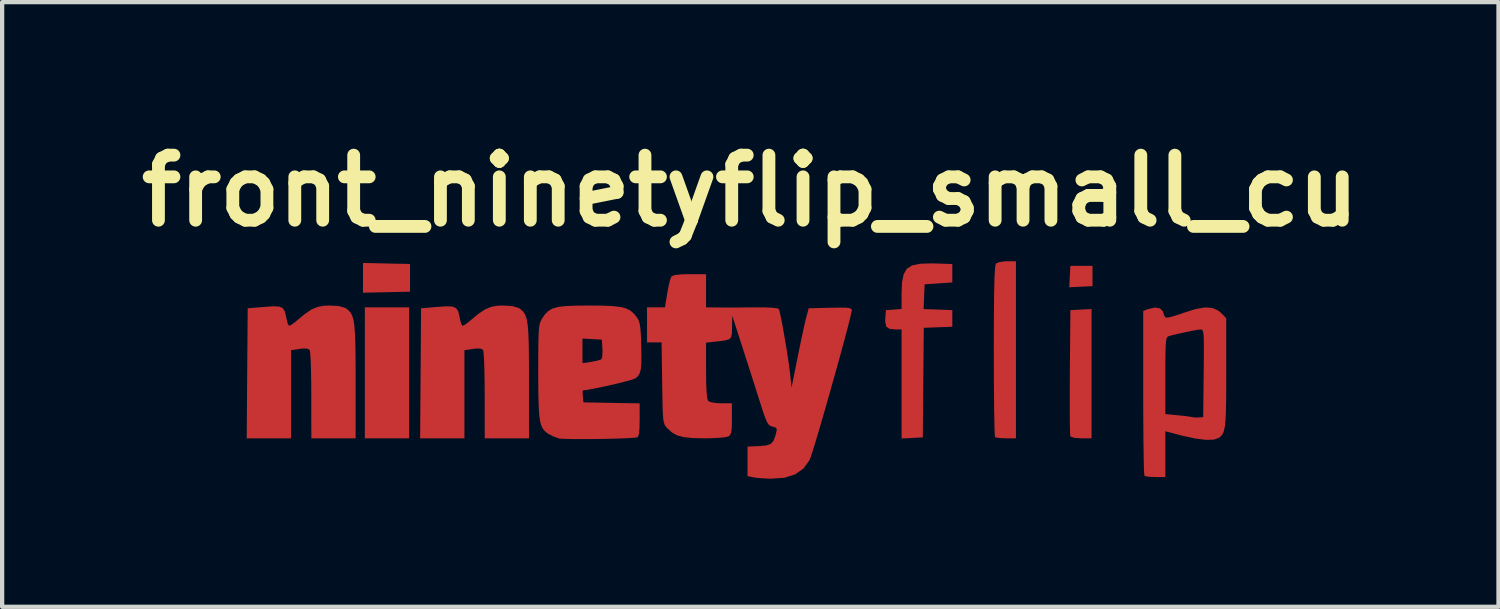
<source format=kicad_pcb>
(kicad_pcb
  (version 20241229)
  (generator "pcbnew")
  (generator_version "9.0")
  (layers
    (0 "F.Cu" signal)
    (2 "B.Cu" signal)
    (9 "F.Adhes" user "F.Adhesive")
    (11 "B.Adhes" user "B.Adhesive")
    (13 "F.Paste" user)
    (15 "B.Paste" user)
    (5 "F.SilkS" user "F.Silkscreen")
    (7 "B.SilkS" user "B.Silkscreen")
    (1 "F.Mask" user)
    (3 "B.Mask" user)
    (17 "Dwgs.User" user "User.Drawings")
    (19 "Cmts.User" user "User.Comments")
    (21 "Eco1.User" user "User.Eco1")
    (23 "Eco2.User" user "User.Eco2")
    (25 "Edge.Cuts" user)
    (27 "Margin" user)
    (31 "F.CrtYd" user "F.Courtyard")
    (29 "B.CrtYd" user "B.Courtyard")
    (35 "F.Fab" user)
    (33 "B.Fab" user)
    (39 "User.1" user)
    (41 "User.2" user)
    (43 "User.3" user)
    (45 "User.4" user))
  (footprint "front_ninetyflip_small_cu"
    (layer "F.Cu")
    (at 14.522 5.228)
    (property "Reference" "front_ninetyflip_small_cu" (at 0 -3.81 0) (layer "F.SilkS") (effects (font (size 1.524 1.524) (thickness 0.3))))
    (attr through_hole)
    (fp_poly (pts (xy -7.991 1.987) (xy -9.028 1.987) (xy -9.028 -1.08) (xy -7.991 -1.08)) (stroke (width 0) (type solid)) (fill yes) (layer "F.Cu"))
    (fp_poly (pts (xy -7.97 -2.095) (xy -7.97 -1.447) (xy -9.071 -1.423) (xy -9.071 -2.119)) (stroke (width 0) (type solid)) (fill yes) (layer "F.Cu"))
    (fp_poly (pts (xy 8.013 -1.577) (xy 7.469 -1.551) (xy 7.495 -2.052) (xy 8.013 -2.052)) (stroke (width 0) (type solid)) (fill yes) (layer "F.Cu"))
    (fp_poly (pts (xy 7.991 1.987) (xy 7.753 1.987) (xy 7.594 1.977) (xy 7.506 1.949) (xy 7.493 1.933) (xy 7.488 1.878) (xy 7.485 1.747) (xy 7.482 1.551) (xy 7.481 1.3) (xy 7.481 1.005) (xy 7.482 0.675) (xy 7.483 0.432) (xy 7.495 -1.015) (xy 7.743 -1.028) (xy 7.991 -1.041)) (stroke (width 0) (type solid)) (fill yes) (layer "F.Cu"))
    (fp_poly (pts (xy 6.22 1.987) (xy 5.99 1.987) (xy 5.856 1.982) (xy 5.759 1.969) (xy 5.731 1.958) (xy 5.725 1.91) (xy 5.719 1.785) (xy 5.715 1.59) (xy 5.71 1.336) (xy 5.707 1.029) (xy 5.704 0.679) (xy 5.703 0.296) (xy 5.702 -0.063) (xy 5.703 -0.564) (xy 5.705 -0.984) (xy 5.708 -1.328) (xy 5.713 -1.602) (xy 5.719 -1.811) (xy 5.728 -1.961) (xy 5.738 -2.056) (xy 5.75 -2.103) (xy 5.754 -2.108) (xy 5.826 -2.139) (xy 5.948 -2.157) (xy 6.013 -2.16) (xy 6.22 -2.16)) (stroke (width 0) (type solid)) (fill yes) (layer "F.Cu"))
    (fp_poly (pts (xy 4.322 -2.108) (xy 4.73 -2.095) (xy 4.73 -1.663) (xy 4.406 -1.641) (xy 4.082 -1.62) (xy 4.069 -1.33) (xy 4.057 -1.04) (xy 4.393 -1.028) (xy 4.73 -1.015) (xy 4.73 -0.626) (xy 4.396 -0.614) (xy 4.062 -0.601) (xy 4.05 0.682) (xy 4.039 1.965) (xy 3.791 1.978) (xy 3.542 1.991) (xy 3.542 -0.562) (xy 3.402 -0.562) (xy 3.259 -0.577) (xy 3.183 -0.63) (xy 3.159 -0.74) (xy 3.161 -0.825) (xy 3.175 -1.015) (xy 3.359 -1.028) (xy 3.542 -1.042) (xy 3.542 -1.409) (xy 3.552 -1.666) (xy 3.59 -1.855) (xy 3.665 -1.984) (xy 3.789 -2.063) (xy 3.973 -2.101) (xy 4.228 -2.11)) (stroke (width 0) (type solid)) (fill yes) (layer "F.Cu"))
    (fp_poly (pts (xy -9.636 -1.11) (xy -9.493 -1.069) (xy -9.465 -1.053) (xy -9.407 -1.007) (xy -9.36 -0.954) (xy -9.323 -0.884) (xy -9.294 -0.788) (xy -9.274 -0.657) (xy -9.26 -0.482) (xy -9.251 -0.254) (xy -9.246 0.038) (xy -9.244 0.401) (xy -9.244 0.647) (xy -9.244 1.987) (xy -10.281 1.987) (xy -10.282 0.983) (xy -10.283 0.694) (xy -10.288 0.433) (xy -10.294 0.213) (xy -10.303 0.045) (xy -10.313 -0.056) (xy -10.319 -0.079) (xy -10.373 -0.114) (xy -10.481 -0.116) (xy -10.556 -0.107) (xy -10.756 -0.077) (xy -10.756 1.987) (xy -11.794 1.987) (xy -11.783 0.464) (xy -11.771 -1.058) (xy -11.382 -1.091) (xy -11.176 -1.105) (xy -11.039 -1.099) (xy -10.954 -1.064) (xy -10.905 -0.993) (xy -10.874 -0.875) (xy -10.863 -0.817) (xy -10.837 -0.71) (xy -10.806 -0.652) (xy -10.797 -0.648) (xy -10.744 -0.674) (xy -10.655 -0.74) (xy -10.617 -0.772) (xy -10.428 -0.929) (xy -10.273 -1.033) (xy -10.13 -1.092) (xy -9.978 -1.119) (xy -9.853 -1.123)) (stroke (width 0) (type solid)) (fill yes) (layer "F.Cu"))
    (fp_poly (pts (xy -5.575 -1.11) (xy -5.433 -1.069) (xy -5.405 -1.053) (xy -5.346 -1.007) (xy -5.299 -0.954) (xy -5.262 -0.884) (xy -5.234 -0.788) (xy -5.213 -0.657) (xy -5.199 -0.482) (xy -5.19 -0.254) (xy -5.186 0.038) (xy -5.184 0.401) (xy -5.184 0.647) (xy -5.184 1.987) (xy -6.22 1.987) (xy -6.221 0.983) (xy -6.223 0.694) (xy -6.227 0.433) (xy -6.234 0.213) (xy -6.242 0.045) (xy -6.252 -0.056) (xy -6.258 -0.079) (xy -6.312 -0.114) (xy -6.421 -0.116) (xy -6.495 -0.107) (xy -6.696 -0.077) (xy -6.696 1.987) (xy -7.733 1.987) (xy -7.722 0.464) (xy -7.711 -1.058) (xy -7.322 -1.091) (xy -7.116 -1.105) (xy -6.979 -1.099) (xy -6.894 -1.064) (xy -6.844 -0.993) (xy -6.813 -0.875) (xy -6.803 -0.817) (xy -6.776 -0.71) (xy -6.745 -0.652) (xy -6.736 -0.648) (xy -6.683 -0.674) (xy -6.595 -0.74) (xy -6.557 -0.772) (xy -6.367 -0.929) (xy -6.212 -1.033) (xy -6.07 -1.092) (xy -5.917 -1.119) (xy -5.792 -1.123)) (stroke (width 0) (type solid)) (fill yes) (layer "F.Cu"))
    (fp_poly (pts (xy 10.821 -1.066) (xy 10.959 -1.004) (xy 11.019 -0.954) (xy 11.145 -0.827) (xy 11.145 0.453) (xy 11.144 0.839) (xy 11.142 1.147) (xy 11.137 1.389) (xy 11.127 1.573) (xy 11.113 1.71) (xy 11.092 1.808) (xy 11.065 1.877) (xy 11.029 1.928) (xy 10.984 1.969) (xy 10.976 1.975) (xy 10.858 2.017) (xy 10.671 2.023) (xy 10.421 1.992) (xy 10.119 1.926) (xy 9.719 1.823) (xy 9.719 2.894) (xy 9.489 2.894) (xy 9.355 2.889) (xy 9.258 2.876) (xy 9.23 2.865) (xy 9.224 2.818) (xy 9.218 2.692) (xy 9.213 2.498) (xy 9.209 2.244) (xy 9.205 1.939) (xy 9.203 1.592) (xy 9.201 1.212) (xy 9.201 0.92) (xy 9.201 0.518) (xy 9.719 0.518) (xy 9.719 1.419) (xy 10.011 1.447) (xy 10.165 1.463) (xy 10.286 1.479) (xy 10.346 1.491) (xy 10.419 1.5) (xy 10.497 1.499) (xy 10.605 1.49) (xy 10.617 0.464) (xy 10.62 0.141) (xy 10.621 -0.106) (xy 10.62 -0.287) (xy 10.616 -0.413) (xy 10.607 -0.493) (xy 10.593 -0.537) (xy 10.574 -0.557) (xy 10.549 -0.562) (xy 10.544 -0.562) (xy 10.464 -0.552) (xy 10.327 -0.528) (xy 10.16 -0.493) (xy 9.99 -0.456) (xy 9.844 -0.419) (xy 9.795 -0.405) (xy 9.77 -0.391) (xy 9.751 -0.359) (xy 9.737 -0.297) (xy 9.728 -0.195) (xy 9.723 -0.042) (xy 9.72 0.174) (xy 9.719 0.464) (xy 9.719 0.518) (xy 9.201 0.518) (xy 9.201 -0.996) (xy 9.317 -1.04) (xy 9.472 -1.075) (xy 9.592 -1.057) (xy 9.661 -0.989) (xy 9.669 -0.958) (xy 9.7 -0.872) (xy 9.734 -0.839) (xy 9.796 -0.844) (xy 9.916 -0.875) (xy 10.073 -0.925) (xy 10.142 -0.95) (xy 10.424 -1.039) (xy 10.646 -1.078)) (stroke (width 0) (type solid)) (fill yes) (layer "F.Cu"))
    (fp_poly (pts (xy -3.466 -1.12) (xy -3.226 -1.11) (xy -3.044 -1.089) (xy -2.91 -1.055) (xy -2.807 -1.003) (xy -2.725 -0.93) (xy -2.66 -0.85) (xy -2.62 -0.785) (xy -2.593 -0.704) (xy -2.575 -0.59) (xy -2.563 -0.424) (xy -2.556 -0.209) (xy -2.551 0.056) (xy -2.554 0.249) (xy -2.568 0.384) (xy -2.596 0.476) (xy -2.639 0.539) (xy -2.695 0.584) (xy -2.762 0.61) (xy -2.893 0.647) (xy -3.069 0.692) (xy -3.269 0.739) (xy -3.474 0.784) (xy -3.663 0.823) (xy -3.816 0.851) (xy -3.913 0.864) (xy -3.921 0.864) (xy -3.928 0.902) (xy -3.924 0.993) (xy -3.923 1.004) (xy -3.909 1.145) (xy -3.251 1.157) (xy -2.592 1.169) (xy -2.592 1.558) (xy -2.597 1.767) (xy -2.611 1.898) (xy -2.637 1.958) (xy -2.646 1.963) (xy -2.72 1.974) (xy -2.864 1.983) (xy -3.061 1.991) (xy -3.292 1.997) (xy -3.543 2.002) (xy -3.794 2.005) (xy -4.03 2.005) (xy -4.234 2.003) (xy -4.388 1.998) (xy -4.476 1.991) (xy -4.481 1.99) (xy -4.619 1.941) (xy -4.733 1.881) (xy -4.8 1.831) (xy -4.853 1.771) (xy -4.894 1.692) (xy -4.924 1.582) (xy -4.944 1.433) (xy -4.957 1.234) (xy -4.964 0.974) (xy -4.967 0.644) (xy -4.968 0.423) (xy -4.967 0.226) (xy -3.931 0.226) (xy -3.726 0.196) (xy -3.598 0.171) (xy -3.507 0.144) (xy -3.486 0.132) (xy -3.468 0.072) (xy -3.462 -0.041) (xy -3.464 -0.113) (xy -3.477 -0.324) (xy -3.704 -0.337) (xy -3.931 -0.35) (xy -3.931 0.226) (xy -4.967 0.226) (xy -4.967 0.084) (xy -4.965 -0.178) (xy -4.961 -0.378) (xy -4.954 -0.524) (xy -4.944 -0.629) (xy -4.929 -0.704) (xy -4.908 -0.761) (xy -4.882 -0.81) (xy -4.882 -0.81) (xy -4.81 -0.916) (xy -4.732 -0.995) (xy -4.636 -1.051) (xy -4.507 -1.088) (xy -4.332 -1.11) (xy -4.098 -1.12) (xy -3.791 -1.123) (xy -3.78 -1.123)) (stroke (width 0) (type solid)) (fill yes) (layer "F.Cu"))
    (fp_poly (pts (xy -1.037 -1.08) (xy -0.745 -1.077) (xy -0.583 -1.076) (xy -0.365 -1.076) (xy -0.12 -1.078) (xy 0.093 -1.08) (xy 0.347 -1.079) (xy 0.532 -1.07) (xy 0.641 -1.054) (xy 0.668 -1.04) (xy 0.687 -0.979) (xy 0.715 -0.849) (xy 0.75 -0.668) (xy 0.789 -0.452) (xy 0.829 -0.218) (xy 0.867 0.016) (xy 0.9 0.235) (xy 0.925 0.422) (xy 0.934 0.506) (xy 0.965 0.799) (xy 1.108 0.086) (xy 1.16 -0.17) (xy 1.211 -0.413) (xy 1.257 -0.623) (xy 1.293 -0.781) (xy 1.309 -0.842) (xy 1.366 -1.058) (xy 1.871 -1.071) (xy 2.089 -1.074) (xy 2.234 -1.073) (xy 2.321 -1.063) (xy 2.364 -1.045) (xy 2.376 -1.017) (xy 2.376 -1.013) (xy 2.364 -0.946) (xy 2.331 -0.806) (xy 2.28 -0.606) (xy 2.214 -0.357) (xy 2.136 -0.068) (xy 2.049 0.247) (xy 1.956 0.58) (xy 1.861 0.917) (xy 1.767 1.249) (xy 1.676 1.564) (xy 1.592 1.851) (xy 1.518 2.099) (xy 1.456 2.297) (xy 1.411 2.434) (xy 1.388 2.495) (xy 1.245 2.694) (xy 1.048 2.832) (xy 0.794 2.911) (xy 0.48 2.932) (xy 0.309 2.925) (xy 0.154 2.912) (xy 0.065 2.899) (xy -0.065 2.872) (xy -0.065 2.181) (xy 0.202 2.169) (xy 0.371 2.154) (xy 0.476 2.119) (xy 0.541 2.048) (xy 0.587 1.926) (xy 0.596 1.894) (xy 0.619 1.791) (xy 0.605 1.741) (xy 0.542 1.718) (xy 0.519 1.713) (xy 0.47 1.698) (xy 0.429 1.666) (xy 0.39 1.605) (xy 0.346 1.501) (xy 0.29 1.34) (xy 0.218 1.114) (xy 0.138 0.863) (xy 0.042 0.56) (xy -0.061 0.24) (xy -0.159 -0.066) (xy -0.194 -0.173) (xy -0.424 -0.886) (xy -0.428 -0.614) (xy -0.432 -0.471) (xy -0.449 -0.382) (xy -0.498 -0.332) (xy -0.596 -0.305) (xy -0.759 -0.284) (xy -0.788 -0.281) (xy -1.037 -0.253) (xy -1.037 0.405) (xy -1.034 0.7) (xy -1.024 0.913) (xy -1.009 1.05) (xy -0.986 1.113) (xy -0.985 1.114) (xy -0.916 1.143) (xy -0.791 1.162) (xy -0.683 1.166) (xy -0.432 1.166) (xy -0.432 1.532) (xy -0.434 1.715) (xy -0.444 1.83) (xy -0.466 1.897) (xy -0.502 1.935) (xy -0.516 1.942) (xy -0.591 1.961) (xy -0.732 1.975) (xy -0.916 1.985) (xy -1.078 1.987) (xy -1.352 1.981) (xy -1.557 1.96) (xy -1.712 1.918) (xy -1.833 1.852) (xy -1.94 1.756) (xy -1.944 1.752) (xy -1.979 1.712) (xy -2.006 1.67) (xy -2.026 1.614) (xy -2.039 1.532) (xy -2.049 1.413) (xy -2.055 1.244) (xy -2.06 1.014) (xy -2.065 0.71) (xy -2.065 0.688) (xy -2.078 -0.259) (xy -2.419 -0.259) (xy -2.419 -1.08) (xy -1.999 -1.08) (xy -1.945 -1.415) (xy -1.914 -1.581) (xy -1.881 -1.717) (xy -1.852 -1.797) (xy -1.848 -1.803) (xy -1.774 -1.835) (xy -1.617 -1.853) (xy -1.42 -1.857) (xy -1.037 -1.857)) (stroke (width 0) (type solid)) (fill yes) (layer "F.Cu")))
  (gr_rect
    (start -3 -3)
    (end 32.043 11.16)
    (stroke (width 0.1) (type default))
    (fill no)
    (layer "Edge.Cuts")))
</source>
